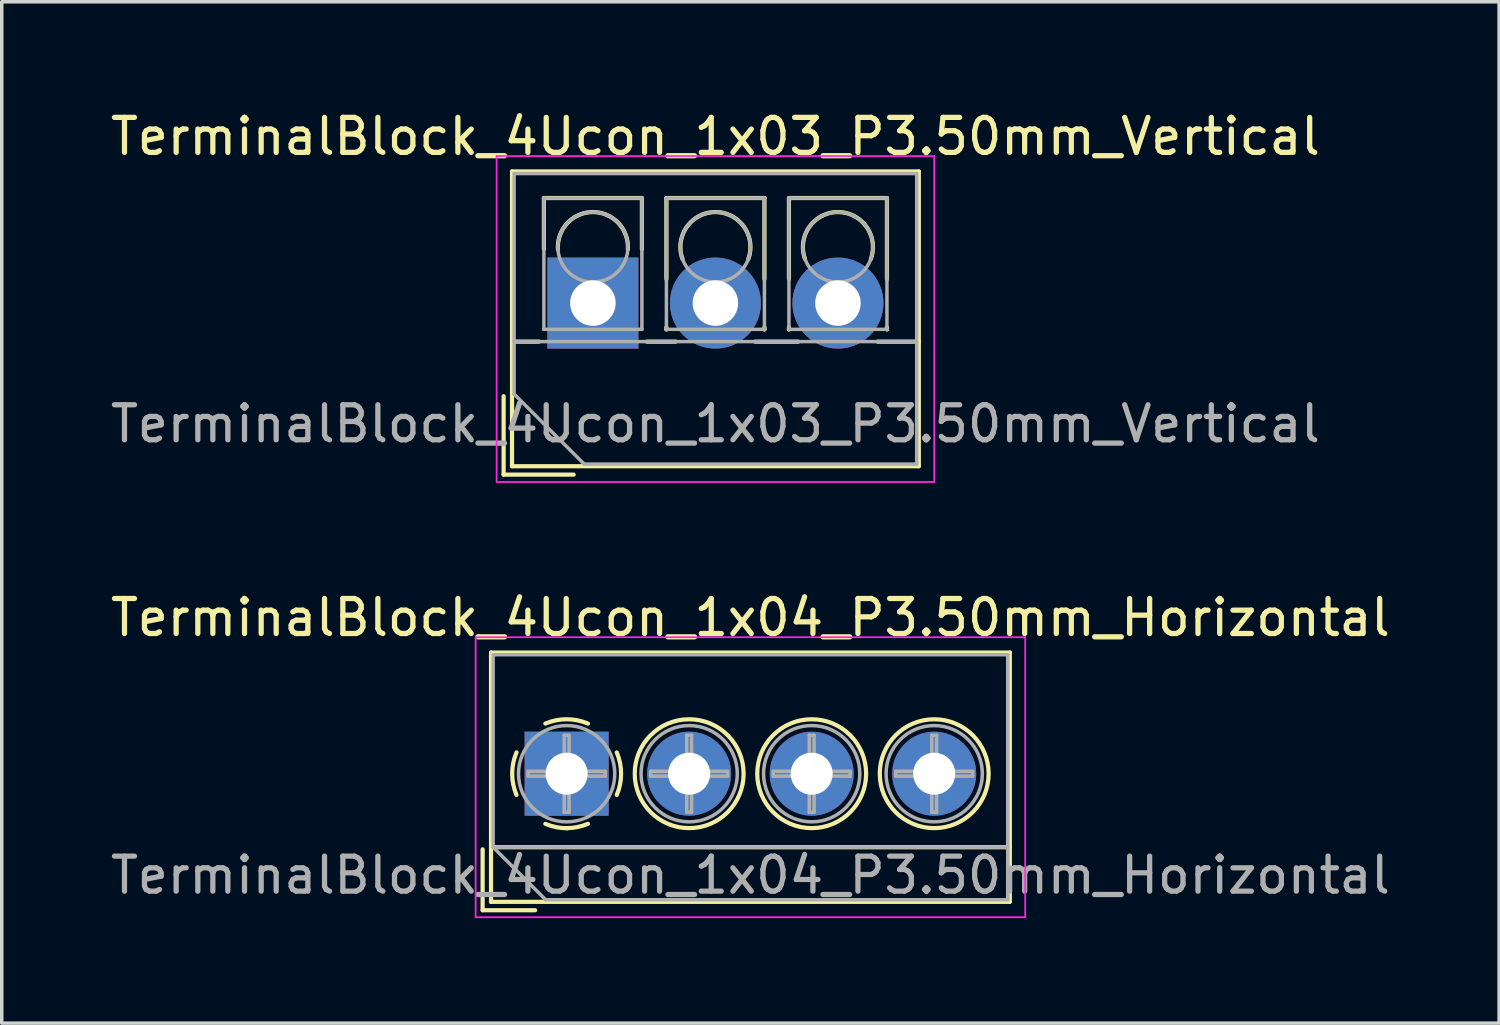
<source format=kicad_pcb>
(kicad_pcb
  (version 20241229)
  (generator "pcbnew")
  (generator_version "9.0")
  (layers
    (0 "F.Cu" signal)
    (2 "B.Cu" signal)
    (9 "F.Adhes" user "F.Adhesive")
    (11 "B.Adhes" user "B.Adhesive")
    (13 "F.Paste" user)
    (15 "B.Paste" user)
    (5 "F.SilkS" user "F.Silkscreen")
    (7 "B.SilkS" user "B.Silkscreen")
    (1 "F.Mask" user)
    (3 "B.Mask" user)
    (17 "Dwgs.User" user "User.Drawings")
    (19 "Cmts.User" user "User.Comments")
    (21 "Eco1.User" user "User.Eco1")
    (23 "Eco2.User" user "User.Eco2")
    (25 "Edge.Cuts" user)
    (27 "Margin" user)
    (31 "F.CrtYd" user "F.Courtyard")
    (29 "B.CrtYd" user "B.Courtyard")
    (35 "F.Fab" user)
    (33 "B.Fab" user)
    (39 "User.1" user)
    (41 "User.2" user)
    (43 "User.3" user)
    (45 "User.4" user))
  (footprint "TerminalBlock_4Ucon_1x03_P3.50mm_Vertical"
    (layer "F.Cu")
    (at 13.887 5.608)
    (property "Reference" "TerminalBlock_4Ucon_1x03_P3.50mm_Vertical" (at 3.5 -4.76 0) (layer "F.SilkS") (effects (font (size 1 1) (thickness 0.15))))
    (attr through_hole)
    (fp_line (start -2.55 2.66) (end -2.55 4.9) (stroke (width 0.12) (type solid)) (layer "F.SilkS"))
    (fp_line (start -2.55 4.9) (end -0.55 4.9) (stroke (width 0.12) (type solid)) (layer "F.SilkS"))
    (fp_line (start -2.31 -3.76) (end -2.31 4.66) (stroke (width 0.12) (type solid)) (layer "F.SilkS"))
    (fp_line (start -2.31 -3.76) (end 9.31 -3.76) (stroke (width 0.12) (type solid)) (layer "F.SilkS"))
    (fp_line (start -2.31 1.101) (end -1.54 1.101) (stroke (width 0.12) (type solid)) (layer "F.SilkS"))
    (fp_line (start -2.31 4.66) (end 9.31 4.66) (stroke (width 0.12) (type solid)) (layer "F.SilkS"))
    (fp_line (start -1.4 -3) (end -1.4 -1.54) (stroke (width 0.12) (type solid)) (layer "F.SilkS"))
    (fp_line (start -1.4 -3) (end 1.4 -3) (stroke (width 0.12) (type solid)) (layer "F.SilkS"))
    (fp_line (start 1.4 -3) (end 1.4 -1.54) (stroke (width 0.12) (type solid)) (layer "F.SilkS"))
    (fp_line (start 1.54 1.101) (end 2.367 1.101) (stroke (width 0.12) (type solid)) (layer "F.SilkS"))
    (fp_line (start 2.1 -3) (end 2.1 -0.689) (stroke (width 0.12) (type solid)) (layer "F.SilkS"))
    (fp_line (start 2.1 -3) (end 4.9 -3) (stroke (width 0.12) (type solid)) (layer "F.SilkS"))
    (fp_line (start 2.1 0.689) (end 2.1 0.75) (stroke (width 0.12) (type solid)) (layer "F.SilkS"))
    (fp_line (start 2.1 0.75) (end 2.101 0.75) (stroke (width 0.12) (type solid)) (layer "F.SilkS"))
    (fp_line (start 4.634 1.101) (end 5.867 1.101) (stroke (width 0.12) (type solid)) (layer "F.SilkS"))
    (fp_line (start 4.9 -3) (end 4.9 -0.689) (stroke (width 0.12) (type solid)) (layer "F.SilkS"))
    (fp_line (start 4.9 0.689) (end 4.9 0.75) (stroke (width 0.12) (type solid)) (layer "F.SilkS"))
    (fp_line (start 4.9 0.75) (end 4.9 0.75) (stroke (width 0.12) (type solid)) (layer "F.SilkS"))
    (fp_line (start 5.6 -3) (end 5.6 -0.689) (stroke (width 0.12) (type solid)) (layer "F.SilkS"))
    (fp_line (start 5.6 -3) (end 8.4 -3) (stroke (width 0.12) (type solid)) (layer "F.SilkS"))
    (fp_line (start 5.6 0.689) (end 5.6 0.75) (stroke (width 0.12) (type solid)) (layer "F.SilkS"))
    (fp_line (start 5.6 0.75) (end 5.601 0.75) (stroke (width 0.12) (type solid)) (layer "F.SilkS"))
    (fp_line (start 8.134 1.101) (end 9.31 1.101) (stroke (width 0.12) (type solid)) (layer "F.SilkS"))
    (fp_line (start 8.4 -3) (end 8.4 -0.689) (stroke (width 0.12) (type solid)) (layer "F.SilkS"))
    (fp_line (start 8.4 0.689) (end 8.4 0.75) (stroke (width 0.12) (type solid)) (layer "F.SilkS"))
    (fp_line (start 8.4 0.75) (end 8.4 0.75) (stroke (width 0.12) (type solid)) (layer "F.SilkS"))
    (fp_line (start 9.31 -3.76) (end 9.31 4.66) (stroke (width 0.12) (type solid)) (layer "F.SilkS"))
    (fp_arc (start -0.99789 -1.529434) (mid -0.000785 -2.600382) (end 0.998 -1.531) (stroke (width 0.12) (type solid)) (layer "F.SilkS"))
    (fp_arc (start 2.560085 -1.257767) (mid 3.499876 -2.600282) (end 4.44 -1.258) (stroke (width 0.12) (type solid)) (layer "F.SilkS"))
    (fp_arc (start 6.060085 -1.257767) (mid 6.999876 -2.600282) (end 7.94 -1.258) (stroke (width 0.12) (type solid)) (layer "F.SilkS"))
    (fp_line (start -2.75 -4.2) (end -2.75 5.11) (stroke (width 0.05) (type solid)) (layer "F.CrtYd"))
    (fp_line (start -2.75 5.11) (end 9.75 5.11) (stroke (width 0.05) (type solid)) (layer "F.CrtYd"))
    (fp_line (start 9.75 -4.2) (end -2.75 -4.2) (stroke (width 0.05) (type solid)) (layer "F.CrtYd"))
    (fp_line (start 9.75 5.11) (end 9.75 -4.2) (stroke (width 0.05) (type solid)) (layer "F.CrtYd"))
    (fp_line (start -2.25 -3.7) (end 9.25 -3.7) (stroke (width 0.1) (type solid)) (layer "F.Fab"))
    (fp_line (start -2.25 1.1) (end 9.25 1.1) (stroke (width 0.1) (type solid)) (layer "F.Fab"))
    (fp_line (start -2.25 2.6) (end -2.25 -3.7) (stroke (width 0.1) (type solid)) (layer "F.Fab"))
    (fp_line (start -1.4 -3) (end -1.4 0.75) (stroke (width 0.1) (type solid)) (layer "F.Fab"))
    (fp_line (start -1.4 0.75) (end 1.4 0.75) (stroke (width 0.1) (type solid)) (layer "F.Fab"))
    (fp_line (start -0.25 4.6) (end -2.25 2.6) (stroke (width 0.1) (type solid)) (layer "F.Fab"))
    (fp_line (start 1.4 -3) (end -1.4 -3) (stroke (width 0.1) (type solid)) (layer "F.Fab"))
    (fp_line (start 1.4 0.75) (end 1.4 -3) (stroke (width 0.1) (type solid)) (layer "F.Fab"))
    (fp_line (start 2.1 -3) (end 2.1 0.75) (stroke (width 0.1) (type solid)) (layer "F.Fab"))
    (fp_line (start 2.1 0.75) (end 4.9 0.75) (stroke (width 0.1) (type solid)) (layer "F.Fab"))
    (fp_line (start 4.9 -3) (end 2.1 -3) (stroke (width 0.1) (type solid)) (layer "F.Fab"))
    (fp_line (start 4.9 0.75) (end 4.9 -3) (stroke (width 0.1) (type solid)) (layer "F.Fab"))
    (fp_line (start 5.6 -3) (end 5.6 0.75) (stroke (width 0.1) (type solid)) (layer "F.Fab"))
    (fp_line (start 5.6 0.75) (end 8.4 0.75) (stroke (width 0.1) (type solid)) (layer "F.Fab"))
    (fp_line (start 8.4 -3) (end 5.6 -3) (stroke (width 0.1) (type solid)) (layer "F.Fab"))
    (fp_line (start 8.4 0.75) (end 8.4 -3) (stroke (width 0.1) (type solid)) (layer "F.Fab"))
    (fp_line (start 9.25 -3.7) (end 9.25 4.6) (stroke (width 0.1) (type solid)) (layer "F.Fab"))
    (fp_line (start 9.25 4.6) (end -0.25 4.6) (stroke (width 0.1) (type solid)) (layer "F.Fab"))
    (fp_circle (center 0 -1.6) (end 1 -1.6) (stroke (width 0.1) (type solid)) (fill no) (layer "F.Fab"))
    (fp_circle (center 3.5 -1.6) (end 4.5 -1.6) (stroke (width 0.1) (type solid)) (fill no) (layer "F.Fab"))
    (fp_circle (center 7 -1.6) (end 8 -1.6) (stroke (width 0.1) (type solid)) (fill no) (layer "F.Fab"))
    (fp_text user "${REFERENCE}" (at 3.5 3.45 0) (layer "F.Fab") (effects (font (size 1 1) (thickness 0.15))))
    (pad "1" thru_hole rect (at 0 0) (size 2.6 2.6) (drill 1.3) (layers "*.Cu" "*.Mask"))
    (pad "2" thru_hole circle (at 3.5 0) (size 2.6 2.6) (drill 1.3) (layers "*.Cu" "*.Mask"))
    (pad "3" thru_hole circle (at 7 0) (size 2.6 2.6) (drill 1.3) (layers "*.Cu" "*.Mask")))
  (footprint "TerminalBlock_4Ucon_1x04_P3.50mm_Horizontal"
    (layer "F.Cu")
    (at 13.137 19.052)
    (property "Reference" "TerminalBlock_4Ucon_1x04_P3.50mm_Horizontal" (at 5.25 -4.46 0) (layer "F.SilkS") (effects (font (size 1 1) (thickness 0.15))))
    (attr through_hole)
    (fp_line (start -2.4 2.16) (end -2.4 3.9) (stroke (width 0.12) (type solid)) (layer "F.SilkS"))
    (fp_line (start -2.4 3.9) (end -0.9 3.9) (stroke (width 0.12) (type solid)) (layer "F.SilkS"))
    (fp_line (start -2.16 -3.46) (end -2.16 3.66) (stroke (width 0.12) (type solid)) (layer "F.SilkS"))
    (fp_line (start -2.16 -3.46) (end 12.66 -3.46) (stroke (width 0.12) (type solid)) (layer "F.SilkS"))
    (fp_line (start -2.16 2.1) (end 12.66 2.1) (stroke (width 0.12) (type solid)) (layer "F.SilkS"))
    (fp_line (start -2.16 3.66) (end 12.66 3.66) (stroke (width 0.12) (type solid)) (layer "F.SilkS"))
    (fp_line (start 12.66 -3.46) (end 12.66 3.66) (stroke (width 0.12) (type solid)) (layer "F.SilkS"))
    (fp_arc (start -1.432109 0.607742) (mid -1.555727 -0.00014) (end -1.432 -0.608) (stroke (width 0.12) (type solid)) (layer "F.SilkS"))
    (fp_arc (start -0.607742 -1.432109) (mid 0.00014 -1.555727) (end 0.608 -1.432) (stroke (width 0.12) (type solid)) (layer "F.SilkS"))
    (fp_arc (start 0.027011 1.555493) (mid -0.296984 1.527118) (end -0.608 1.432) (stroke (width 0.12) (type solid)) (layer "F.SilkS"))
    (fp_arc (start 0.607587 1.431385) (mid 0.310017 1.523783) (end 0 1.555) (stroke (width 0.12) (type solid)) (layer "F.SilkS"))
    (fp_arc (start 1.432109 -0.607742) (mid 1.555727 0.00014) (end 1.432 0.608) (stroke (width 0.12) (type solid)) (layer "F.SilkS"))
    (fp_circle (center 3.5 0) (end 5.055 0) (stroke (width 0.12) (type solid)) (fill no) (layer "F.SilkS"))
    (fp_circle (center 7 0) (end 8.555 0) (stroke (width 0.12) (type solid)) (fill no) (layer "F.SilkS"))
    (fp_circle (center 10.5 0) (end 12.055 0) (stroke (width 0.12) (type solid)) (fill no) (layer "F.SilkS"))
    (fp_line (start -2.6 -3.9) (end -2.6 4.1) (stroke (width 0.05) (type solid)) (layer "F.CrtYd"))
    (fp_line (start -2.6 4.1) (end 13.1 4.1) (stroke (width 0.05) (type solid)) (layer "F.CrtYd"))
    (fp_line (start 13.1 -3.9) (end -2.6 -3.9) (stroke (width 0.05) (type solid)) (layer "F.CrtYd"))
    (fp_line (start 13.1 4.1) (end 13.1 -3.9) (stroke (width 0.05) (type solid)) (layer "F.CrtYd"))
    (fp_line (start -2.1 -3.4) (end 12.6 -3.4) (stroke (width 0.1) (type solid)) (layer "F.Fab"))
    (fp_line (start -2.1 2.1) (end -2.1 -3.4) (stroke (width 0.1) (type solid)) (layer "F.Fab"))
    (fp_line (start -2.1 2.1) (end 12.6 2.1) (stroke (width 0.1) (type solid)) (layer "F.Fab"))
    (fp_line (start -1.1 -0.069) (end -0.069 -0.069) (stroke (width 0.1) (type solid)) (layer "F.Fab"))
    (fp_line (start -1.1 0.069) (end -1.1 -0.069) (stroke (width 0.1) (type solid)) (layer "F.Fab"))
    (fp_line (start -0.6 3.6) (end -2.1 2.1) (stroke (width 0.1) (type solid)) (layer "F.Fab"))
    (fp_line (start -0.069 -1.1) (end 0.069 -1.1) (stroke (width 0.1) (type solid)) (layer "F.Fab"))
    (fp_line (start -0.069 -0.069) (end -0.069 -1.1) (stroke (width 0.1) (type solid)) (layer "F.Fab"))
    (fp_line (start -0.069 0.069) (end -1.1 0.069) (stroke (width 0.1) (type solid)) (layer "F.Fab"))
    (fp_line (start -0.069 1.1) (end -0.069 0.069) (stroke (width 0.1) (type solid)) (layer "F.Fab"))
    (fp_line (start 0.069 -1.1) (end 0.069 -0.069) (stroke (width 0.1) (type solid)) (layer "F.Fab"))
    (fp_line (start 0.069 -0.069) (end 1.1 -0.069) (stroke (width 0.1) (type solid)) (layer "F.Fab"))
    (fp_line (start 0.069 0.069) (end 0.069 1.1) (stroke (width 0.1) (type solid)) (layer "F.Fab"))
    (fp_line (start 0.069 1.1) (end -0.069 1.1) (stroke (width 0.1) (type solid)) (layer "F.Fab"))
    (fp_line (start 1.1 -0.069) (end 1.1 0.069) (stroke (width 0.1) (type solid)) (layer "F.Fab"))
    (fp_line (start 1.1 0.069) (end 0.069 0.069) (stroke (width 0.1) (type solid)) (layer "F.Fab"))
    (fp_line (start 2.4 -0.069) (end 3.431 -0.069) (stroke (width 0.1) (type solid)) (layer "F.Fab"))
    (fp_line (start 2.4 0.069) (end 2.4 -0.069) (stroke (width 0.1) (type solid)) (layer "F.Fab"))
    (fp_line (start 3.431 -1.1) (end 3.569 -1.1) (stroke (width 0.1) (type solid)) (layer "F.Fab"))
    (fp_line (start 3.431 -0.069) (end 3.431 -1.1) (stroke (width 0.1) (type solid)) (layer "F.Fab"))
    (fp_line (start 3.431 0.069) (end 2.4 0.069) (stroke (width 0.1) (type solid)) (layer "F.Fab"))
    (fp_line (start 3.431 1.1) (end 3.431 0.069) (stroke (width 0.1) (type solid)) (layer "F.Fab"))
    (fp_line (start 3.569 -1.1) (end 3.569 -0.069) (stroke (width 0.1) (type solid)) (layer "F.Fab"))
    (fp_line (start 3.569 -0.069) (end 4.6 -0.069) (stroke (width 0.1) (type solid)) (layer "F.Fab"))
    (fp_line (start 3.569 0.069) (end 3.569 1.1) (stroke (width 0.1) (type solid)) (layer "F.Fab"))
    (fp_line (start 3.569 1.1) (end 3.431 1.1) (stroke (width 0.1) (type solid)) (layer "F.Fab"))
    (fp_line (start 4.6 -0.069) (end 4.6 0.069) (stroke (width 0.1) (type solid)) (layer "F.Fab"))
    (fp_line (start 4.6 0.069) (end 3.569 0.069) (stroke (width 0.1) (type solid)) (layer "F.Fab"))
    (fp_line (start 5.9 -0.069) (end 6.931 -0.069) (stroke (width 0.1) (type solid)) (layer "F.Fab"))
    (fp_line (start 5.9 0.069) (end 5.9 -0.069) (stroke (width 0.1) (type solid)) (layer "F.Fab"))
    (fp_line (start 6.931 -1.1) (end 7.069 -1.1) (stroke (width 0.1) (type solid)) (layer "F.Fab"))
    (fp_line (start 6.931 -0.069) (end 6.931 -1.1) (stroke (width 0.1) (type solid)) (layer "F.Fab"))
    (fp_line (start 6.931 0.069) (end 5.9 0.069) (stroke (width 0.1) (type solid)) (layer "F.Fab"))
    (fp_line (start 6.931 1.1) (end 6.931 0.069) (stroke (width 0.1) (type solid)) (layer "F.Fab"))
    (fp_line (start 7.069 -1.1) (end 7.069 -0.069) (stroke (width 0.1) (type solid)) (layer "F.Fab"))
    (fp_line (start 7.069 -0.069) (end 8.1 -0.069) (stroke (width 0.1) (type solid)) (layer "F.Fab"))
    (fp_line (start 7.069 0.069) (end 7.069 1.1) (stroke (width 0.1) (type solid)) (layer "F.Fab"))
    (fp_line (start 7.069 1.1) (end 6.931 1.1) (stroke (width 0.1) (type solid)) (layer "F.Fab"))
    (fp_line (start 8.1 -0.069) (end 8.1 0.069) (stroke (width 0.1) (type solid)) (layer "F.Fab"))
    (fp_line (start 8.1 0.069) (end 7.069 0.069) (stroke (width 0.1) (type solid)) (layer "F.Fab"))
    (fp_line (start 9.4 -0.069) (end 10.431 -0.069) (stroke (width 0.1) (type solid)) (layer "F.Fab"))
    (fp_line (start 9.4 0.069) (end 9.4 -0.069) (stroke (width 0.1) (type solid)) (layer "F.Fab"))
    (fp_line (start 10.431 -1.1) (end 10.569 -1.1) (stroke (width 0.1) (type solid)) (layer "F.Fab"))
    (fp_line (start 10.431 -0.069) (end 10.431 -1.1) (stroke (width 0.1) (type solid)) (layer "F.Fab"))
    (fp_line (start 10.431 0.069) (end 9.4 0.069) (stroke (width 0.1) (type solid)) (layer "F.Fab"))
    (fp_line (start 10.431 1.1) (end 10.431 0.069) (stroke (width 0.1) (type solid)) (layer "F.Fab"))
    (fp_line (start 10.569 -1.1) (end 10.569 -0.069) (stroke (width 0.1) (type solid)) (layer "F.Fab"))
    (fp_line (start 10.569 -0.069) (end 11.6 -0.069) (stroke (width 0.1) (type solid)) (layer "F.Fab"))
    (fp_line (start 10.569 0.069) (end 10.569 1.1) (stroke (width 0.1) (type solid)) (layer "F.Fab"))
    (fp_line (start 10.569 1.1) (end 10.431 1.1) (stroke (width 0.1) (type solid)) (layer "F.Fab"))
    (fp_line (start 11.6 -0.069) (end 11.6 0.069) (stroke (width 0.1) (type solid)) (layer "F.Fab"))
    (fp_line (start 11.6 0.069) (end 10.569 0.069) (stroke (width 0.1) (type solid)) (layer "F.Fab"))
    (fp_line (start 12.6 -3.4) (end 12.6 3.6) (stroke (width 0.1) (type solid)) (layer "F.Fab"))
    (fp_line (start 12.6 3.6) (end -0.6 3.6) (stroke (width 0.1) (type solid)) (layer "F.Fab"))
    (fp_circle (center 0 0) (end 1.375 0) (stroke (width 0.1) (type solid)) (fill no) (layer "F.Fab"))
    (fp_circle (center 3.5 0) (end 4.875 0) (stroke (width 0.1) (type solid)) (fill no) (layer "F.Fab"))
    (fp_circle (center 7 0) (end 8.375 0) (stroke (width 0.1) (type solid)) (fill no) (layer "F.Fab"))
    (fp_circle (center 10.5 0) (end 11.875 0) (stroke (width 0.1) (type solid)) (fill no) (layer "F.Fab"))
    (fp_text user "${REFERENCE}" (at 5.25 2.9 0) (layer "F.Fab") (effects (font (size 1 1) (thickness 0.15))))
    (pad "1" thru_hole rect (at 0 0) (size 2.4 2.4) (drill 1.2) (layers "*.Cu" "*.Mask"))
    (pad "2" thru_hole circle (at 3.5 0) (size 2.4 2.4) (drill 1.2) (layers "*.Cu" "*.Mask"))
    (pad "3" thru_hole circle (at 7 0) (size 2.4 2.4) (drill 1.2) (layers "*.Cu" "*.Mask"))
    (pad "4" thru_hole circle (at 10.5 0) (size 2.4 2.4) (drill 1.2) (layers "*.Cu" "*.Mask")))
  (gr_rect
    (start -3 -3)
    (end 39.774 26.177)
    (stroke (width 0.1) (type default))
    (fill no)
    (layer "Edge.Cuts")))
</source>
